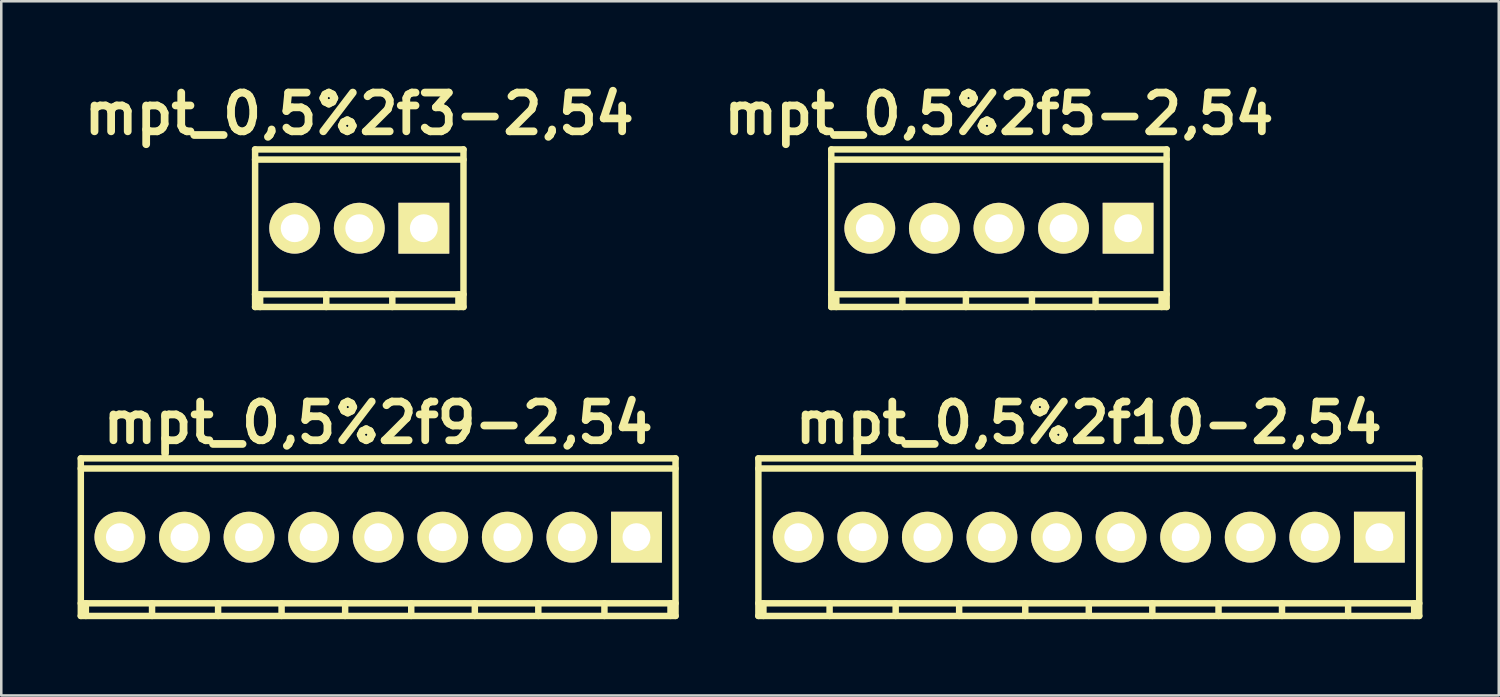
<source format=kicad_pcb>
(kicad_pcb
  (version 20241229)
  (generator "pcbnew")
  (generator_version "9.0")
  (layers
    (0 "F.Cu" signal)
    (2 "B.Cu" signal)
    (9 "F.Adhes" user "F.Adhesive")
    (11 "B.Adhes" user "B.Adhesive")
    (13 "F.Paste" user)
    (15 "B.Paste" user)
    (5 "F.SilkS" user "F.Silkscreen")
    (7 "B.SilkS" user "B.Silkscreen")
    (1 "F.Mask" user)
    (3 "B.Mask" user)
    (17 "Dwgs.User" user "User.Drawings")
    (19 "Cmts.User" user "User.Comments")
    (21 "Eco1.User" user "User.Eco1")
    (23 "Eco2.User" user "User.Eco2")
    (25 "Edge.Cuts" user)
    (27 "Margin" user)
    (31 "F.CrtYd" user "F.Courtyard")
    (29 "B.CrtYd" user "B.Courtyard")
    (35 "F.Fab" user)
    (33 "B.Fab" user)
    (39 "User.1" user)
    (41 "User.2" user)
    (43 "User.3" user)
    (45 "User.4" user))
  (footprint "mpt_0,5%2f10-2,54"
    (layer "F.Cu")
    (at 39.779 18.08)
    (property "Reference" "mpt_0,5%2f10-2,54" (at 0 -4.501 0) (layer "F.SilkS") (effects (font (size 1.524 1.524) (thickness 0.305))))
    (attr through_hole)
    (fp_line (start -13 -3.099) (end 13 -3.099) (stroke (width 0.254) (type solid)) (layer "F.SilkS"))
    (fp_line (start -13 3.099) (end 13 3.099) (stroke (width 0.254) (type solid)) (layer "F.SilkS"))
    (fp_line (start -12.997 -3.099) (end -12.997 3.099) (stroke (width 0.254) (type solid)) (layer "F.SilkS"))
    (fp_line (start -12.799 3.099) (end -12.799 2.601) (stroke (width 0.254) (type solid)) (layer "F.SilkS"))
    (fp_line (start -10.196 3.099) (end -10.196 2.601) (stroke (width 0.254) (type solid)) (layer "F.SilkS"))
    (fp_line (start -7.597 2.601) (end -7.597 3.099) (stroke (width 0.254) (type solid)) (layer "F.SilkS"))
    (fp_line (start -5.1 2.601) (end -5.1 3.099) (stroke (width 0.254) (type solid)) (layer "F.SilkS"))
    (fp_line (start -2.499 2.601) (end -2.499 3.099) (stroke (width 0.254) (type solid)) (layer "F.SilkS"))
    (fp_line (start 0 2.601) (end 0 3.099) (stroke (width 0.254) (type solid)) (layer "F.SilkS"))
    (fp_line (start 2.499 2.601) (end 2.499 3.099) (stroke (width 0.254) (type solid)) (layer "F.SilkS"))
    (fp_line (start 5.103 2.601) (end 5.103 3.099) (stroke (width 0.254) (type solid)) (layer "F.SilkS"))
    (fp_line (start 7.6 2.601) (end 7.6 3.099) (stroke (width 0.254) (type solid)) (layer "F.SilkS"))
    (fp_line (start 10.201 2.601) (end 10.201 3.099) (stroke (width 0.254) (type solid)) (layer "F.SilkS"))
    (fp_line (start 12.799 2.601) (end 12.799 3.099) (stroke (width 0.254) (type solid)) (layer "F.SilkS"))
    (fp_line (start 12.997 3.099) (end 12.997 -3.099) (stroke (width 0.254) (type solid)) (layer "F.SilkS"))
    (fp_line (start 13 -2.7) (end -13 -2.7) (stroke (width 0.254) (type solid)) (layer "F.SilkS"))
    (fp_line (start 13 2.601) (end -13 2.601) (stroke (width 0.254) (type solid)) (layer "F.SilkS"))
    (pad "1" thru_hole rect (at 11.43 0) (size 1.999 1.999) (drill 1.097) (layers "*.Cu" "*.Mask" "F.SilkS"))
    (pad "2" thru_hole oval (at 8.89 0) (size 1.999 1.999) (drill 1.097) (layers "*.Cu" "*.Mask" "F.SilkS"))
    (pad "3" thru_hole oval (at 6.35 0) (size 1.999 1.999) (drill 1.097) (layers "*.Cu" "*.Mask" "F.SilkS"))
    (pad "4" thru_hole oval (at 3.81 0) (size 1.999 1.999) (drill 1.097) (layers "*.Cu" "*.Mask" "F.SilkS"))
    (pad "5" thru_hole oval (at 1.27 0) (size 1.999 1.999) (drill 1.097) (layers "*.Cu" "*.Mask" "F.SilkS"))
    (pad "6" thru_hole oval (at -1.27 0) (size 1.999 1.999) (drill 1.097) (layers "*.Cu" "*.Mask" "F.SilkS"))
    (pad "7" thru_hole oval (at -3.81 0) (size 1.999 1.999) (drill 1.097) (layers "*.Cu" "*.Mask" "F.SilkS"))
    (pad "8" thru_hole oval (at -6.35 0) (size 1.999 1.999) (drill 1.097) (layers "*.Cu" "*.Mask" "F.SilkS"))
    (pad "9" thru_hole oval (at -8.89 0) (size 1.999 1.999) (drill 1.097) (layers "*.Cu" "*.Mask" "F.SilkS"))
    (pad "10" thru_hole oval (at -11.43 0) (size 1.999 1.999) (drill 1.097) (layers "*.Cu" "*.Mask" "F.SilkS")))
  (footprint "mpt_0,5%2f3-2,54"
    (layer "F.Cu")
    (at 11.082 5.927)
    (property "Reference" "mpt_0,5%2f3-2,54" (at 0 -4.501 0) (layer "F.SilkS") (effects (font (size 1.524 1.524) (thickness 0.305))))
    (attr through_hole)
    (fp_line (start -4.1 3.099) (end 4.1 3.099) (stroke (width 0.254) (type solid)) (layer "F.SilkS"))
    (fp_line (start -4.097 -3.099) (end -4.097 3.099) (stroke (width 0.254) (type solid)) (layer "F.SilkS"))
    (fp_line (start -3.899 3.099) (end -3.899 2.601) (stroke (width 0.254) (type solid)) (layer "F.SilkS"))
    (fp_line (start -1.298 3.099) (end -1.298 2.601) (stroke (width 0.254) (type solid)) (layer "F.SilkS"))
    (fp_line (start 1.3 2.601) (end 1.3 3.099) (stroke (width 0.254) (type solid)) (layer "F.SilkS"))
    (fp_line (start 3.901 2.601) (end 3.901 3.099) (stroke (width 0.254) (type solid)) (layer "F.SilkS"))
    (fp_line (start 4.1 -3.099) (end -4.1 -3.099) (stroke (width 0.254) (type solid)) (layer "F.SilkS"))
    (fp_line (start 4.1 -2.7) (end -4.1 -2.7) (stroke (width 0.254) (type solid)) (layer "F.SilkS"))
    (fp_line (start 4.1 2.601) (end -4.1 2.601) (stroke (width 0.254) (type solid)) (layer "F.SilkS"))
    (fp_line (start 4.1 3.099) (end 4.1 -3.099) (stroke (width 0.254) (type solid)) (layer "F.SilkS"))
    (pad "1" thru_hole rect (at 2.54 0) (size 1.999 1.999) (drill 1.097) (layers "*.Cu" "*.Mask" "F.SilkS"))
    (pad "2" thru_hole oval (at 0 0) (size 1.999 1.999) (drill 1.097) (layers "*.Cu" "*.Mask" "F.SilkS"))
    (pad "3" thru_hole oval (at -2.54 0) (size 1.999 1.999) (drill 1.097) (layers "*.Cu" "*.Mask" "F.SilkS")))
  (footprint "mpt_0,5%2f5-2,54"
    (layer "F.Cu")
    (at 36.245 5.927)
    (property "Reference" "mpt_0,5%2f5-2,54" (at 0 -4.501 0) (layer "F.SilkS") (effects (font (size 1.524 1.524) (thickness 0.305))))
    (attr through_hole)
    (fp_line (start -6.599 -2.7) (end 6.599 -2.7) (stroke (width 0.254) (type solid)) (layer "F.SilkS"))
    (fp_line (start -6.599 2.601) (end 6.599 2.601) (stroke (width 0.254) (type solid)) (layer "F.SilkS"))
    (fp_line (start -6.596 -3.099) (end -6.596 3.099) (stroke (width 0.254) (type solid)) (layer "F.SilkS"))
    (fp_line (start -6.398 3.099) (end -6.398 2.601) (stroke (width 0.254) (type solid)) (layer "F.SilkS"))
    (fp_line (start -3.797 3.099) (end -3.797 2.601) (stroke (width 0.254) (type solid)) (layer "F.SilkS"))
    (fp_line (start -1.3 2.601) (end -1.3 3.099) (stroke (width 0.254) (type solid)) (layer "F.SilkS"))
    (fp_line (start 1.298 2.601) (end 1.298 3.099) (stroke (width 0.254) (type solid)) (layer "F.SilkS"))
    (fp_line (start 3.8 2.601) (end 3.8 3.099) (stroke (width 0.254) (type solid)) (layer "F.SilkS"))
    (fp_line (start 6.398 2.601) (end 6.398 3.099) (stroke (width 0.254) (type solid)) (layer "F.SilkS"))
    (fp_line (start 6.596 3.099) (end 6.596 -3.099) (stroke (width 0.254) (type solid)) (layer "F.SilkS"))
    (fp_line (start 6.599 -3.099) (end -6.599 -3.099) (stroke (width 0.254) (type solid)) (layer "F.SilkS"))
    (fp_line (start 6.599 3.099) (end -6.599 3.099) (stroke (width 0.254) (type solid)) (layer "F.SilkS"))
    (pad "1" thru_hole rect (at 5.08 0) (size 1.999 1.999) (drill 1.097) (layers "*.Cu" "*.Mask" "F.SilkS"))
    (pad "2" thru_hole oval (at 2.54 0) (size 1.999 1.999) (drill 1.097) (layers "*.Cu" "*.Mask" "F.SilkS"))
    (pad "3" thru_hole oval (at 0 0) (size 1.999 1.999) (drill 1.097) (layers "*.Cu" "*.Mask" "F.SilkS"))
    (pad "4" thru_hole oval (at -2.54 0) (size 1.999 1.999) (drill 1.097) (layers "*.Cu" "*.Mask" "F.SilkS"))
    (pad "5" thru_hole oval (at -5.08 0) (size 1.999 1.999) (drill 1.097) (layers "*.Cu" "*.Mask" "F.SilkS")))
  (footprint "mpt_0,5%2f9-2,54"
    (layer "F.Cu")
    (at 11.826 18.08)
    (property "Reference" "mpt_0,5%2f9-2,54" (at 0 -4.501 0) (layer "F.SilkS") (effects (font (size 1.524 1.524) (thickness 0.305))))
    (attr through_hole)
    (fp_line (start -11.699 -2.7) (end 11.699 -2.7) (stroke (width 0.254) (type solid)) (layer "F.SilkS"))
    (fp_line (start -11.699 3.099) (end 11.699 3.099) (stroke (width 0.254) (type solid)) (layer "F.SilkS"))
    (fp_line (start -11.697 -3.099) (end -11.697 3.099) (stroke (width 0.254) (type solid)) (layer "F.SilkS"))
    (fp_line (start -11.499 3.099) (end -11.499 2.601) (stroke (width 0.254) (type solid)) (layer "F.SilkS"))
    (fp_line (start -8.895 3.099) (end -8.895 2.601) (stroke (width 0.254) (type solid)) (layer "F.SilkS"))
    (fp_line (start -6.297 2.601) (end -6.297 3.099) (stroke (width 0.254) (type solid)) (layer "F.SilkS"))
    (fp_line (start -3.8 2.601) (end -3.8 3.099) (stroke (width 0.254) (type solid)) (layer "F.SilkS"))
    (fp_line (start -1.3 2.601) (end -1.3 3.099) (stroke (width 0.254) (type solid)) (layer "F.SilkS"))
    (fp_line (start 1.3 2.601) (end 1.3 3.099) (stroke (width 0.254) (type solid)) (layer "F.SilkS"))
    (fp_line (start 3.802 2.601) (end 3.802 3.099) (stroke (width 0.254) (type solid)) (layer "F.SilkS"))
    (fp_line (start 6.299 2.601) (end 6.299 3.099) (stroke (width 0.254) (type solid)) (layer "F.SilkS"))
    (fp_line (start 8.9 2.601) (end 8.9 3.099) (stroke (width 0.254) (type solid)) (layer "F.SilkS"))
    (fp_line (start 11.499 2.601) (end 11.499 3.099) (stroke (width 0.254) (type solid)) (layer "F.SilkS"))
    (fp_line (start 11.697 3.099) (end 11.697 -3.099) (stroke (width 0.254) (type solid)) (layer "F.SilkS"))
    (fp_line (start 11.699 -3.099) (end -11.699 -3.099) (stroke (width 0.254) (type solid)) (layer "F.SilkS"))
    (fp_line (start 11.699 2.601) (end -11.699 2.601) (stroke (width 0.254) (type solid)) (layer "F.SilkS"))
    (pad "1" thru_hole rect (at 10.16 0) (size 1.999 1.999) (drill 1.097) (layers "*.Cu" "*.Mask" "F.SilkS"))
    (pad "2" thru_hole oval (at 7.62 0) (size 1.999 1.999) (drill 1.097) (layers "*.Cu" "*.Mask" "F.SilkS"))
    (pad "3" thru_hole oval (at 5.08 0) (size 1.999 1.999) (drill 1.097) (layers "*.Cu" "*.Mask" "F.SilkS"))
    (pad "4" thru_hole oval (at 2.54 0) (size 1.999 1.999) (drill 1.097) (layers "*.Cu" "*.Mask" "F.SilkS"))
    (pad "5" thru_hole oval (at 0 0) (size 1.999 1.999) (drill 1.097) (layers "*.Cu" "*.Mask" "F.SilkS"))
    (pad "6" thru_hole oval (at -2.54 0) (size 1.999 1.999) (drill 1.097) (layers "*.Cu" "*.Mask" "F.SilkS"))
    (pad "7" thru_hole oval (at -5.08 0) (size 1.999 1.999) (drill 1.097) (layers "*.Cu" "*.Mask" "F.SilkS"))
    (pad "8" thru_hole oval (at -7.62 0) (size 1.999 1.999) (drill 1.097) (layers "*.Cu" "*.Mask" "F.SilkS"))
    (pad "9" thru_hole oval (at -10.16 0) (size 1.999 1.999) (drill 1.097) (layers "*.Cu" "*.Mask" "F.SilkS")))
  (gr_rect
    (start -3 -3)
    (end 55.906 24.306)
    (stroke (width 0.1) (type default))
    (fill no)
    (layer "Edge.Cuts")))
</source>
